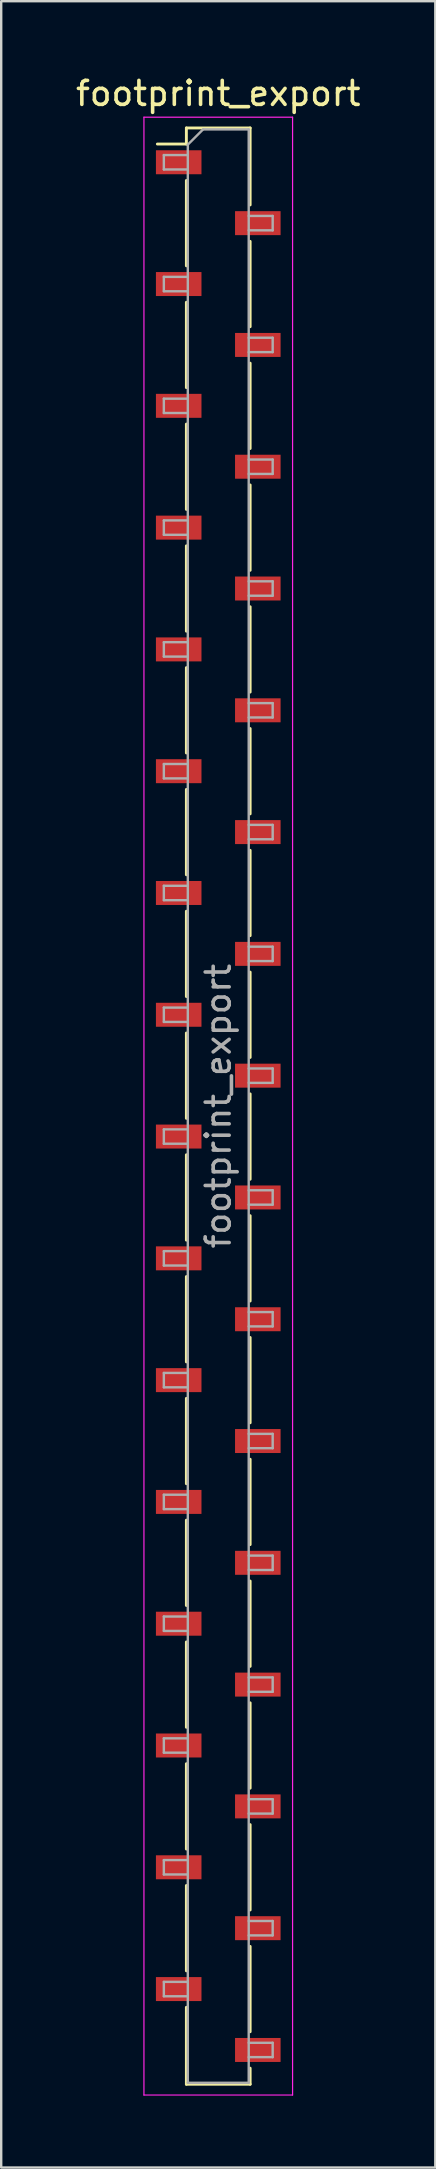
<source format=kicad_pcb>
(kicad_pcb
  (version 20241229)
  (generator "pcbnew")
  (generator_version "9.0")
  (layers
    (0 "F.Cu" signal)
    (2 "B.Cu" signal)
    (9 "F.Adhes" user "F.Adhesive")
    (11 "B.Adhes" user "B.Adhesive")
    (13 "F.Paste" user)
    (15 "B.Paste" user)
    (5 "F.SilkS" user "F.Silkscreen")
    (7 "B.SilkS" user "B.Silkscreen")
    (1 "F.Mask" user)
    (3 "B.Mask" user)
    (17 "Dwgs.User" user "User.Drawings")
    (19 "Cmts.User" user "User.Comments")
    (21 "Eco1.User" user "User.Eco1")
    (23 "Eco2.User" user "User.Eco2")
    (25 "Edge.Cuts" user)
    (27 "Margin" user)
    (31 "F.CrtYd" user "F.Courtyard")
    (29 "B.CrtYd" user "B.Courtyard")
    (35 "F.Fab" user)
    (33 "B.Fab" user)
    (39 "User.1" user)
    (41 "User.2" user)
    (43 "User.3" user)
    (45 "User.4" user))
  (footprint "footprint_export"
    (layer "F.Cu")
    (at 6.054 43.088)
    (property "Reference" "footprint_export" (at 0 -42.24 0) (layer "F.SilkS") (effects (font (size 1 1) (thickness 0.15))))
    (attr smd)
    (fp_line (start -2.54 -40.13) (end -1.33 -40.13) (stroke (width 0.12) (type solid)) (layer "F.SilkS"))
    (fp_line (start -1.33 -40.8) (end -1.33 -40.13) (stroke (width 0.12) (type solid)) (layer "F.SilkS"))
    (fp_line (start -1.33 -40.8) (end 1.33 -40.8) (stroke (width 0.12) (type solid)) (layer "F.SilkS"))
    (fp_line (start -1.33 -38.61) (end -1.33 -35.05) (stroke (width 0.12) (type solid)) (layer "F.SilkS"))
    (fp_line (start -1.33 -33.53) (end -1.33 -29.97) (stroke (width 0.12) (type solid)) (layer "F.SilkS"))
    (fp_line (start -1.33 -28.45) (end -1.33 -24.89) (stroke (width 0.12) (type solid)) (layer "F.SilkS"))
    (fp_line (start -1.33 -23.37) (end -1.33 -19.81) (stroke (width 0.12) (type solid)) (layer "F.SilkS"))
    (fp_line (start -1.33 -18.29) (end -1.33 -14.73) (stroke (width 0.12) (type solid)) (layer "F.SilkS"))
    (fp_line (start -1.33 -13.21) (end -1.33 -9.65) (stroke (width 0.12) (type solid)) (layer "F.SilkS"))
    (fp_line (start -1.33 -8.13) (end -1.33 -4.57) (stroke (width 0.12) (type solid)) (layer "F.SilkS"))
    (fp_line (start -1.33 -3.05) (end -1.33 0.51) (stroke (width 0.12) (type solid)) (layer "F.SilkS"))
    (fp_line (start -1.33 2.03) (end -1.33 5.59) (stroke (width 0.12) (type solid)) (layer "F.SilkS"))
    (fp_line (start -1.33 7.11) (end -1.33 10.67) (stroke (width 0.12) (type solid)) (layer "F.SilkS"))
    (fp_line (start -1.33 12.19) (end -1.33 15.75) (stroke (width 0.12) (type solid)) (layer "F.SilkS"))
    (fp_line (start -1.33 17.27) (end -1.33 20.83) (stroke (width 0.12) (type solid)) (layer "F.SilkS"))
    (fp_line (start -1.33 22.35) (end -1.33 25.91) (stroke (width 0.12) (type solid)) (layer "F.SilkS"))
    (fp_line (start -1.33 27.43) (end -1.33 30.99) (stroke (width 0.12) (type solid)) (layer "F.SilkS"))
    (fp_line (start -1.33 32.51) (end -1.33 36.07) (stroke (width 0.12) (type solid)) (layer "F.SilkS"))
    (fp_line (start -1.33 37.59) (end -1.33 40.8) (stroke (width 0.12) (type solid)) (layer "F.SilkS"))
    (fp_line (start -1.33 40.8) (end 1.33 40.8) (stroke (width 0.12) (type solid)) (layer "F.SilkS"))
    (fp_line (start 1.33 -40.8) (end 1.33 -37.59) (stroke (width 0.12) (type solid)) (layer "F.SilkS"))
    (fp_line (start 1.33 -36.07) (end 1.33 -32.51) (stroke (width 0.12) (type solid)) (layer "F.SilkS"))
    (fp_line (start 1.33 -30.99) (end 1.33 -27.43) (stroke (width 0.12) (type solid)) (layer "F.SilkS"))
    (fp_line (start 1.33 -25.91) (end 1.33 -22.35) (stroke (width 0.12) (type solid)) (layer "F.SilkS"))
    (fp_line (start 1.33 -20.83) (end 1.33 -17.27) (stroke (width 0.12) (type solid)) (layer "F.SilkS"))
    (fp_line (start 1.33 -15.75) (end 1.33 -12.19) (stroke (width 0.12) (type solid)) (layer "F.SilkS"))
    (fp_line (start 1.33 -10.67) (end 1.33 -7.11) (stroke (width 0.12) (type solid)) (layer "F.SilkS"))
    (fp_line (start 1.33 -5.59) (end 1.33 -2.03) (stroke (width 0.12) (type solid)) (layer "F.SilkS"))
    (fp_line (start 1.33 -0.51) (end 1.33 3.05) (stroke (width 0.12) (type solid)) (layer "F.SilkS"))
    (fp_line (start 1.33 4.57) (end 1.33 8.13) (stroke (width 0.12) (type solid)) (layer "F.SilkS"))
    (fp_line (start 1.33 9.65) (end 1.33 13.21) (stroke (width 0.12) (type solid)) (layer "F.SilkS"))
    (fp_line (start 1.33 14.73) (end 1.33 18.29) (stroke (width 0.12) (type solid)) (layer "F.SilkS"))
    (fp_line (start 1.33 19.81) (end 1.33 23.37) (stroke (width 0.12) (type solid)) (layer "F.SilkS"))
    (fp_line (start 1.33 24.89) (end 1.33 28.45) (stroke (width 0.12) (type solid)) (layer "F.SilkS"))
    (fp_line (start 1.33 29.97) (end 1.33 33.53) (stroke (width 0.12) (type solid)) (layer "F.SilkS"))
    (fp_line (start 1.33 35.05) (end 1.33 38.61) (stroke (width 0.12) (type solid)) (layer "F.SilkS"))
    (fp_line (start 1.33 40.13) (end 1.33 40.8) (stroke (width 0.12) (type solid)) (layer "F.SilkS"))
    (fp_line (start -3.1 -41.25) (end 3.1 -41.25) (stroke (width 0.05) (type solid)) (layer "F.CrtYd"))
    (fp_line (start -3.1 41.25) (end -3.1 -41.25) (stroke (width 0.05) (type solid)) (layer "F.CrtYd"))
    (fp_line (start 3.1 -41.25) (end 3.1 41.25) (stroke (width 0.05) (type solid)) (layer "F.CrtYd"))
    (fp_line (start 3.1 41.25) (end -3.1 41.25) (stroke (width 0.05) (type solid)) (layer "F.CrtYd"))
    (fp_line (start -2.27 -39.67) (end -1.27 -39.67) (stroke (width 0.1) (type solid)) (layer "F.Fab"))
    (fp_line (start -2.27 -39.07) (end -2.27 -39.67) (stroke (width 0.1) (type solid)) (layer "F.Fab"))
    (fp_line (start -2.27 -34.59) (end -1.27 -34.59) (stroke (width 0.1) (type solid)) (layer "F.Fab"))
    (fp_line (start -2.27 -33.99) (end -2.27 -34.59) (stroke (width 0.1) (type solid)) (layer "F.Fab"))
    (fp_line (start -2.27 -29.51) (end -1.27 -29.51) (stroke (width 0.1) (type solid)) (layer "F.Fab"))
    (fp_line (start -2.27 -28.91) (end -2.27 -29.51) (stroke (width 0.1) (type solid)) (layer "F.Fab"))
    (fp_line (start -2.27 -24.43) (end -1.27 -24.43) (stroke (width 0.1) (type solid)) (layer "F.Fab"))
    (fp_line (start -2.27 -23.83) (end -2.27 -24.43) (stroke (width 0.1) (type solid)) (layer "F.Fab"))
    (fp_line (start -2.27 -19.35) (end -1.27 -19.35) (stroke (width 0.1) (type solid)) (layer "F.Fab"))
    (fp_line (start -2.27 -18.75) (end -2.27 -19.35) (stroke (width 0.1) (type solid)) (layer "F.Fab"))
    (fp_line (start -2.27 -14.27) (end -1.27 -14.27) (stroke (width 0.1) (type solid)) (layer "F.Fab"))
    (fp_line (start -2.27 -13.67) (end -2.27 -14.27) (stroke (width 0.1) (type solid)) (layer "F.Fab"))
    (fp_line (start -2.27 -9.19) (end -1.27 -9.19) (stroke (width 0.1) (type solid)) (layer "F.Fab"))
    (fp_line (start -2.27 -8.59) (end -2.27 -9.19) (stroke (width 0.1) (type solid)) (layer "F.Fab"))
    (fp_line (start -2.27 -4.11) (end -1.27 -4.11) (stroke (width 0.1) (type solid)) (layer "F.Fab"))
    (fp_line (start -2.27 -3.51) (end -2.27 -4.11) (stroke (width 0.1) (type solid)) (layer "F.Fab"))
    (fp_line (start -2.27 0.97) (end -1.27 0.97) (stroke (width 0.1) (type solid)) (layer "F.Fab"))
    (fp_line (start -2.27 1.57) (end -2.27 0.97) (stroke (width 0.1) (type solid)) (layer "F.Fab"))
    (fp_line (start -2.27 6.05) (end -1.27 6.05) (stroke (width 0.1) (type solid)) (layer "F.Fab"))
    (fp_line (start -2.27 6.65) (end -2.27 6.05) (stroke (width 0.1) (type solid)) (layer "F.Fab"))
    (fp_line (start -2.27 11.13) (end -1.27 11.13) (stroke (width 0.1) (type solid)) (layer "F.Fab"))
    (fp_line (start -2.27 11.73) (end -2.27 11.13) (stroke (width 0.1) (type solid)) (layer "F.Fab"))
    (fp_line (start -2.27 16.21) (end -1.27 16.21) (stroke (width 0.1) (type solid)) (layer "F.Fab"))
    (fp_line (start -2.27 16.81) (end -2.27 16.21) (stroke (width 0.1) (type solid)) (layer "F.Fab"))
    (fp_line (start -2.27 21.29) (end -1.27 21.29) (stroke (width 0.1) (type solid)) (layer "F.Fab"))
    (fp_line (start -2.27 21.89) (end -2.27 21.29) (stroke (width 0.1) (type solid)) (layer "F.Fab"))
    (fp_line (start -2.27 26.37) (end -1.27 26.37) (stroke (width 0.1) (type solid)) (layer "F.Fab"))
    (fp_line (start -2.27 26.97) (end -2.27 26.37) (stroke (width 0.1) (type solid)) (layer "F.Fab"))
    (fp_line (start -2.27 31.45) (end -1.27 31.45) (stroke (width 0.1) (type solid)) (layer "F.Fab"))
    (fp_line (start -2.27 32.05) (end -2.27 31.45) (stroke (width 0.1) (type solid)) (layer "F.Fab"))
    (fp_line (start -2.27 36.53) (end -1.27 36.53) (stroke (width 0.1) (type solid)) (layer "F.Fab"))
    (fp_line (start -2.27 37.13) (end -2.27 36.53) (stroke (width 0.1) (type solid)) (layer "F.Fab"))
    (fp_line (start -1.27 -40.105) (end -0.635 -40.74) (stroke (width 0.1) (type solid)) (layer "F.Fab"))
    (fp_line (start -1.27 -39.07) (end -2.27 -39.07) (stroke (width 0.1) (type solid)) (layer "F.Fab"))
    (fp_line (start -1.27 -33.99) (end -2.27 -33.99) (stroke (width 0.1) (type solid)) (layer "F.Fab"))
    (fp_line (start -1.27 -28.91) (end -2.27 -28.91) (stroke (width 0.1) (type solid)) (layer "F.Fab"))
    (fp_line (start -1.27 -23.83) (end -2.27 -23.83) (stroke (width 0.1) (type solid)) (layer "F.Fab"))
    (fp_line (start -1.27 -18.75) (end -2.27 -18.75) (stroke (width 0.1) (type solid)) (layer "F.Fab"))
    (fp_line (start -1.27 -13.67) (end -2.27 -13.67) (stroke (width 0.1) (type solid)) (layer "F.Fab"))
    (fp_line (start -1.27 -8.59) (end -2.27 -8.59) (stroke (width 0.1) (type solid)) (layer "F.Fab"))
    (fp_line (start -1.27 -3.51) (end -2.27 -3.51) (stroke (width 0.1) (type solid)) (layer "F.Fab"))
    (fp_line (start -1.27 1.57) (end -2.27 1.57) (stroke (width 0.1) (type solid)) (layer "F.Fab"))
    (fp_line (start -1.27 6.65) (end -2.27 6.65) (stroke (width 0.1) (type solid)) (layer "F.Fab"))
    (fp_line (start -1.27 11.73) (end -2.27 11.73) (stroke (width 0.1) (type solid)) (layer "F.Fab"))
    (fp_line (start -1.27 16.81) (end -2.27 16.81) (stroke (width 0.1) (type solid)) (layer "F.Fab"))
    (fp_line (start -1.27 21.89) (end -2.27 21.89) (stroke (width 0.1) (type solid)) (layer "F.Fab"))
    (fp_line (start -1.27 26.97) (end -2.27 26.97) (stroke (width 0.1) (type solid)) (layer "F.Fab"))
    (fp_line (start -1.27 32.05) (end -2.27 32.05) (stroke (width 0.1) (type solid)) (layer "F.Fab"))
    (fp_line (start -1.27 37.13) (end -2.27 37.13) (stroke (width 0.1) (type solid)) (layer "F.Fab"))
    (fp_line (start -1.27 40.74) (end -1.27 -40.105) (stroke (width 0.1) (type solid)) (layer "F.Fab"))
    (fp_line (start -0.635 -40.74) (end 1.27 -40.74) (stroke (width 0.1) (type solid)) (layer "F.Fab"))
    (fp_line (start 1.27 -40.74) (end 1.27 40.74) (stroke (width 0.1) (type solid)) (layer "F.Fab"))
    (fp_line (start 1.27 -37.13) (end 2.27 -37.13) (stroke (width 0.1) (type solid)) (layer "F.Fab"))
    (fp_line (start 1.27 -32.05) (end 2.27 -32.05) (stroke (width 0.1) (type solid)) (layer "F.Fab"))
    (fp_line (start 1.27 -26.97) (end 2.27 -26.97) (stroke (width 0.1) (type solid)) (layer "F.Fab"))
    (fp_line (start 1.27 -21.89) (end 2.27 -21.89) (stroke (width 0.1) (type solid)) (layer "F.Fab"))
    (fp_line (start 1.27 -16.81) (end 2.27 -16.81) (stroke (width 0.1) (type solid)) (layer "F.Fab"))
    (fp_line (start 1.27 -11.73) (end 2.27 -11.73) (stroke (width 0.1) (type solid)) (layer "F.Fab"))
    (fp_line (start 1.27 -6.65) (end 2.27 -6.65) (stroke (width 0.1) (type solid)) (layer "F.Fab"))
    (fp_line (start 1.27 -1.57) (end 2.27 -1.57) (stroke (width 0.1) (type solid)) (layer "F.Fab"))
    (fp_line (start 1.27 3.51) (end 2.27 3.51) (stroke (width 0.1) (type solid)) (layer "F.Fab"))
    (fp_line (start 1.27 8.59) (end 2.27 8.59) (stroke (width 0.1) (type solid)) (layer "F.Fab"))
    (fp_line (start 1.27 13.67) (end 2.27 13.67) (stroke (width 0.1) (type solid)) (layer "F.Fab"))
    (fp_line (start 1.27 18.75) (end 2.27 18.75) (stroke (width 0.1) (type solid)) (layer "F.Fab"))
    (fp_line (start 1.27 23.83) (end 2.27 23.83) (stroke (width 0.1) (type solid)) (layer "F.Fab"))
    (fp_line (start 1.27 28.91) (end 2.27 28.91) (stroke (width 0.1) (type solid)) (layer "F.Fab"))
    (fp_line (start 1.27 33.99) (end 2.27 33.99) (stroke (width 0.1) (type solid)) (layer "F.Fab"))
    (fp_line (start 1.27 39.07) (end 2.27 39.07) (stroke (width 0.1) (type solid)) (layer "F.Fab"))
    (fp_line (start 1.27 40.74) (end -1.27 40.74) (stroke (width 0.1) (type solid)) (layer "F.Fab"))
    (fp_line (start 2.27 -37.13) (end 2.27 -36.53) (stroke (width 0.1) (type solid)) (layer "F.Fab"))
    (fp_line (start 2.27 -36.53) (end 1.27 -36.53) (stroke (width 0.1) (type solid)) (layer "F.Fab"))
    (fp_line (start 2.27 -32.05) (end 2.27 -31.45) (stroke (width 0.1) (type solid)) (layer "F.Fab"))
    (fp_line (start 2.27 -31.45) (end 1.27 -31.45) (stroke (width 0.1) (type solid)) (layer "F.Fab"))
    (fp_line (start 2.27 -26.97) (end 2.27 -26.37) (stroke (width 0.1) (type solid)) (layer "F.Fab"))
    (fp_line (start 2.27 -26.37) (end 1.27 -26.37) (stroke (width 0.1) (type solid)) (layer "F.Fab"))
    (fp_line (start 2.27 -21.89) (end 2.27 -21.29) (stroke (width 0.1) (type solid)) (layer "F.Fab"))
    (fp_line (start 2.27 -21.29) (end 1.27 -21.29) (stroke (width 0.1) (type solid)) (layer "F.Fab"))
    (fp_line (start 2.27 -16.81) (end 2.27 -16.21) (stroke (width 0.1) (type solid)) (layer "F.Fab"))
    (fp_line (start 2.27 -16.21) (end 1.27 -16.21) (stroke (width 0.1) (type solid)) (layer "F.Fab"))
    (fp_line (start 2.27 -11.73) (end 2.27 -11.13) (stroke (width 0.1) (type solid)) (layer "F.Fab"))
    (fp_line (start 2.27 -11.13) (end 1.27 -11.13) (stroke (width 0.1) (type solid)) (layer "F.Fab"))
    (fp_line (start 2.27 -6.65) (end 2.27 -6.05) (stroke (width 0.1) (type solid)) (layer "F.Fab"))
    (fp_line (start 2.27 -6.05) (end 1.27 -6.05) (stroke (width 0.1) (type solid)) (layer "F.Fab"))
    (fp_line (start 2.27 -1.57) (end 2.27 -0.97) (stroke (width 0.1) (type solid)) (layer "F.Fab"))
    (fp_line (start 2.27 -0.97) (end 1.27 -0.97) (stroke (width 0.1) (type solid)) (layer "F.Fab"))
    (fp_line (start 2.27 3.51) (end 2.27 4.11) (stroke (width 0.1) (type solid)) (layer "F.Fab"))
    (fp_line (start 2.27 4.11) (end 1.27 4.11) (stroke (width 0.1) (type solid)) (layer "F.Fab"))
    (fp_line (start 2.27 8.59) (end 2.27 9.19) (stroke (width 0.1) (type solid)) (layer "F.Fab"))
    (fp_line (start 2.27 9.19) (end 1.27 9.19) (stroke (width 0.1) (type solid)) (layer "F.Fab"))
    (fp_line (start 2.27 13.67) (end 2.27 14.27) (stroke (width 0.1) (type solid)) (layer "F.Fab"))
    (fp_line (start 2.27 14.27) (end 1.27 14.27) (stroke (width 0.1) (type solid)) (layer "F.Fab"))
    (fp_line (start 2.27 18.75) (end 2.27 19.35) (stroke (width 0.1) (type solid)) (layer "F.Fab"))
    (fp_line (start 2.27 19.35) (end 1.27 19.35) (stroke (width 0.1) (type solid)) (layer "F.Fab"))
    (fp_line (start 2.27 23.83) (end 2.27 24.43) (stroke (width 0.1) (type solid)) (layer "F.Fab"))
    (fp_line (start 2.27 24.43) (end 1.27 24.43) (stroke (width 0.1) (type solid)) (layer "F.Fab"))
    (fp_line (start 2.27 28.91) (end 2.27 29.51) (stroke (width 0.1) (type solid)) (layer "F.Fab"))
    (fp_line (start 2.27 29.51) (end 1.27 29.51) (stroke (width 0.1) (type solid)) (layer "F.Fab"))
    (fp_line (start 2.27 33.99) (end 2.27 34.59) (stroke (width 0.1) (type solid)) (layer "F.Fab"))
    (fp_line (start 2.27 34.59) (end 1.27 34.59) (stroke (width 0.1) (type solid)) (layer "F.Fab"))
    (fp_line (start 2.27 39.07) (end 2.27 39.67) (stroke (width 0.1) (type solid)) (layer "F.Fab"))
    (fp_line (start 2.27 39.67) (end 1.27 39.67) (stroke (width 0.1) (type solid)) (layer "F.Fab"))
    (fp_text user "${REFERENCE}" (at 0 0 90) (layer "F.Fab") (effects (font (size 1 1) (thickness 0.15))))
    (pad "1" smd rect (at -1.65 -39.37) (size 1.9 1) (layers "F.Cu" "F.Mask" "F.Paste"))
    (pad "2" smd rect (at 1.65 -36.83) (size 1.9 1) (layers "F.Cu" "F.Mask" "F.Paste"))
    (pad "3" smd rect (at -1.65 -34.29) (size 1.9 1) (layers "F.Cu" "F.Mask" "F.Paste"))
    (pad "4" smd rect (at 1.65 -31.75) (size 1.9 1) (layers "F.Cu" "F.Mask" "F.Paste"))
    (pad "5" smd rect (at -1.65 -29.21) (size 1.9 1) (layers "F.Cu" "F.Mask" "F.Paste"))
    (pad "6" smd rect (at 1.65 -26.67) (size 1.9 1) (layers "F.Cu" "F.Mask" "F.Paste"))
    (pad "7" smd rect (at -1.65 -24.13) (size 1.9 1) (layers "F.Cu" "F.Mask" "F.Paste"))
    (pad "8" smd rect (at 1.65 -21.59) (size 1.9 1) (layers "F.Cu" "F.Mask" "F.Paste"))
    (pad "9" smd rect (at -1.65 -19.05) (size 1.9 1) (layers "F.Cu" "F.Mask" "F.Paste"))
    (pad "10" smd rect (at 1.65 -16.51) (size 1.9 1) (layers "F.Cu" "F.Mask" "F.Paste"))
    (pad "11" smd rect (at -1.65 -13.97) (size 1.9 1) (layers "F.Cu" "F.Mask" "F.Paste"))
    (pad "12" smd rect (at 1.65 -11.43) (size 1.9 1) (layers "F.Cu" "F.Mask" "F.Paste"))
    (pad "13" smd rect (at -1.65 -8.89) (size 1.9 1) (layers "F.Cu" "F.Mask" "F.Paste"))
    (pad "14" smd rect (at 1.65 -6.35) (size 1.9 1) (layers "F.Cu" "F.Mask" "F.Paste"))
    (pad "15" smd rect (at -1.65 -3.81) (size 1.9 1) (layers "F.Cu" "F.Mask" "F.Paste"))
    (pad "16" smd rect (at 1.65 -1.27) (size 1.9 1) (layers "F.Cu" "F.Mask" "F.Paste"))
    (pad "17" smd rect (at -1.65 1.27) (size 1.9 1) (layers "F.Cu" "F.Mask" "F.Paste"))
    (pad "18" smd rect (at 1.65 3.81) (size 1.9 1) (layers "F.Cu" "F.Mask" "F.Paste"))
    (pad "19" smd rect (at -1.65 6.35) (size 1.9 1) (layers "F.Cu" "F.Mask" "F.Paste"))
    (pad "20" smd rect (at 1.65 8.89) (size 1.9 1) (layers "F.Cu" "F.Mask" "F.Paste"))
    (pad "21" smd rect (at -1.65 11.43) (size 1.9 1) (layers "F.Cu" "F.Mask" "F.Paste"))
    (pad "22" smd rect (at 1.65 13.97) (size 1.9 1) (layers "F.Cu" "F.Mask" "F.Paste"))
    (pad "23" smd rect (at -1.65 16.51) (size 1.9 1) (layers "F.Cu" "F.Mask" "F.Paste"))
    (pad "24" smd rect (at 1.65 19.05) (size 1.9 1) (layers "F.Cu" "F.Mask" "F.Paste"))
    (pad "25" smd rect (at -1.65 21.59) (size 1.9 1) (layers "F.Cu" "F.Mask" "F.Paste"))
    (pad "26" smd rect (at 1.65 24.13) (size 1.9 1) (layers "F.Cu" "F.Mask" "F.Paste"))
    (pad "27" smd rect (at -1.65 26.67) (size 1.9 1) (layers "F.Cu" "F.Mask" "F.Paste"))
    (pad "28" smd rect (at 1.65 29.21) (size 1.9 1) (layers "F.Cu" "F.Mask" "F.Paste"))
    (pad "29" smd rect (at -1.65 31.75) (size 1.9 1) (layers "F.Cu" "F.Mask" "F.Paste"))
    (pad "30" smd rect (at 1.65 34.29) (size 1.9 1) (layers "F.Cu" "F.Mask" "F.Paste"))
    (pad "31" smd rect (at -1.65 36.83) (size 1.9 1) (layers "F.Cu" "F.Mask" "F.Paste"))
    (pad "32" smd rect (at 1.65 39.37) (size 1.9 1) (layers "F.Cu" "F.Mask" "F.Paste")))
  (gr_rect
    (start -3 -3)
    (end 15.107 87.363)
    (stroke (width 0.1) (type default))
    (fill no)
    (layer "Edge.Cuts")))
</source>
